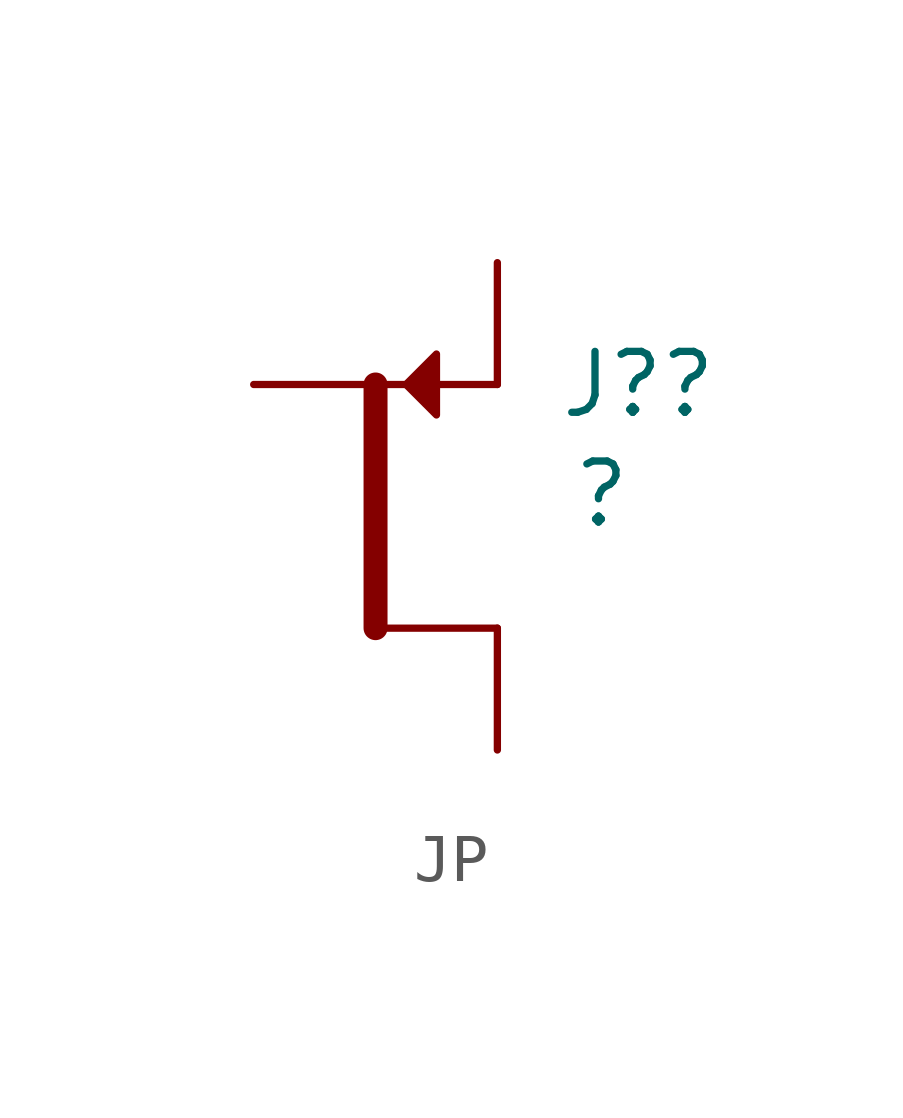
<source format=kicad_sym>
(kicad_symbol_lib
  (version 20241209)
  (generator "kicad_symbol_editor")
  (generator_version "9.0")
  (symbol "JP"
    (pin_numbers
      (hide yes))
    (pin_names
      (offset 0)
      (hide yes))
    (property "Reference" "J?"
      (at 1.27 2.54 0)
      (effects (font (size 1.27 1.27)) (justify left)))
    (property "Value" "?"
      (at 1.524 0.254 0)
      (effects (font (size 1.27 1.27)) (justify left)))
    (symbol "JP_0_1"
      (polyline (pts (xy -1.905 2.54) (xy -1.27 1.905) (xy -1.27 3.175) (xy -1.905 2.54)) (stroke (width 0) (type solid)) (fill (type outline))))
    (symbol "JP_1_0"
      (pin unspecified line (at -5.08 2.54 0) (length 2.54) (name "G" (effects (font (size 1.27 1.27)))) (number "2" (effects (font (size 1.27 1.27)))))
      (pin unspecified line (at 0 5.08 270) (length 2.54) (name "S" (effects (font (size 1.27 1.27)))) (number "3" (effects (font (size 1.27 1.27)))))
      (pin unspecified line (at 0 -5.08 90) (length 2.54) (name "D" (effects (font (size 1.27 1.27)))) (number "1" (effects (font (size 1.27 1.27))))))
    (symbol "JP_1_1"
      (polyline (pts (xy -2.54 2.54) (xy -2.54 -2.54)) (stroke (width 0.5) (type solid)) (fill (type none)))
      (polyline (pts (xy 0 2.54) (xy -2.54 2.54)) (stroke (width 0) (type default)) (fill (type none)))
      (polyline (pts (xy 0 -2.54) (xy -2.54 -2.54)) (stroke (width 0) (type default)) (fill (type none))))))
</source>
